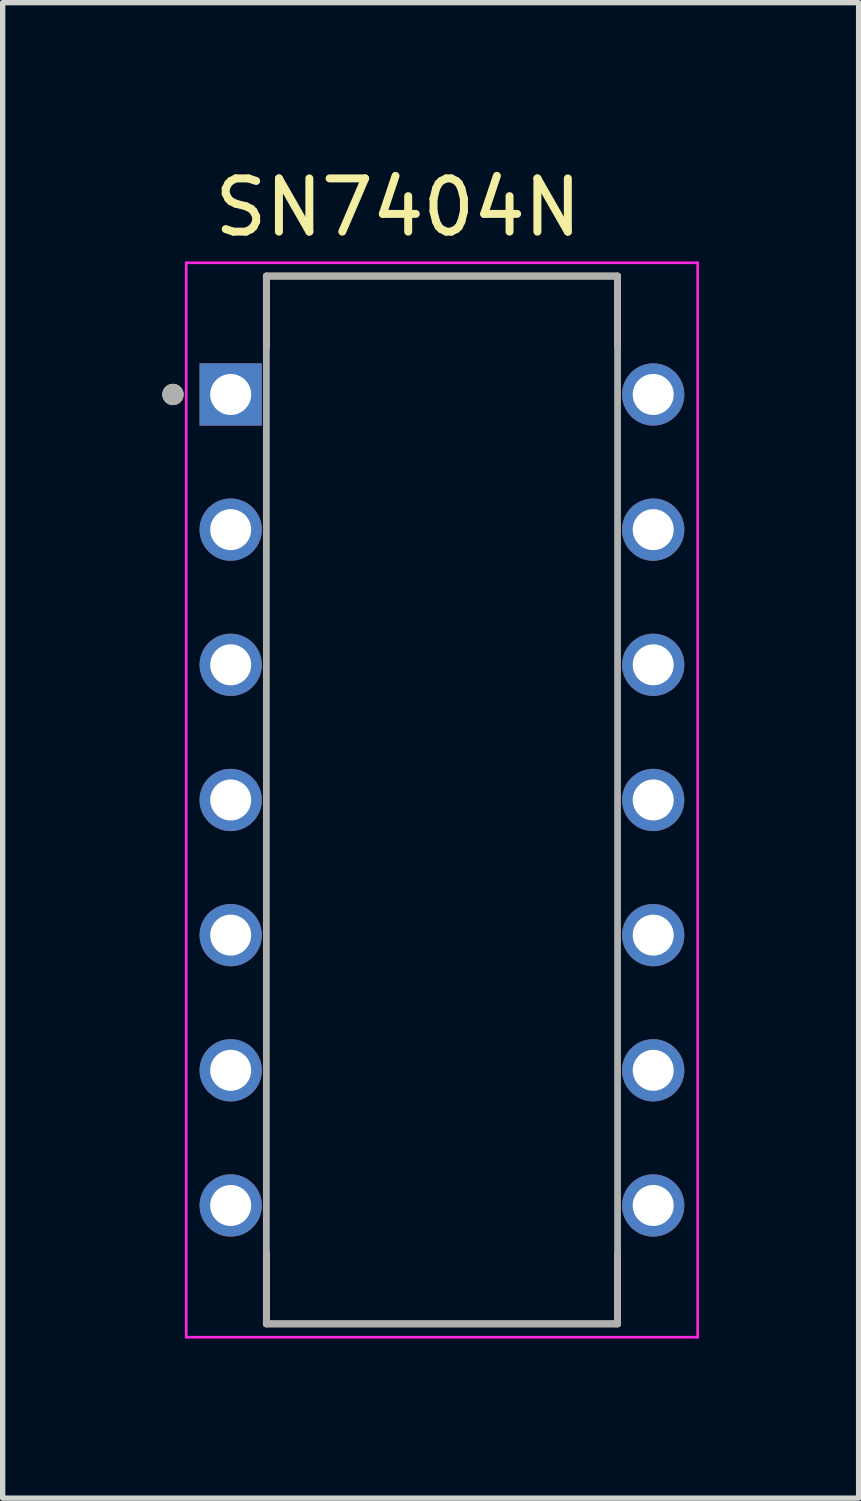
<source format=kicad_pcb>
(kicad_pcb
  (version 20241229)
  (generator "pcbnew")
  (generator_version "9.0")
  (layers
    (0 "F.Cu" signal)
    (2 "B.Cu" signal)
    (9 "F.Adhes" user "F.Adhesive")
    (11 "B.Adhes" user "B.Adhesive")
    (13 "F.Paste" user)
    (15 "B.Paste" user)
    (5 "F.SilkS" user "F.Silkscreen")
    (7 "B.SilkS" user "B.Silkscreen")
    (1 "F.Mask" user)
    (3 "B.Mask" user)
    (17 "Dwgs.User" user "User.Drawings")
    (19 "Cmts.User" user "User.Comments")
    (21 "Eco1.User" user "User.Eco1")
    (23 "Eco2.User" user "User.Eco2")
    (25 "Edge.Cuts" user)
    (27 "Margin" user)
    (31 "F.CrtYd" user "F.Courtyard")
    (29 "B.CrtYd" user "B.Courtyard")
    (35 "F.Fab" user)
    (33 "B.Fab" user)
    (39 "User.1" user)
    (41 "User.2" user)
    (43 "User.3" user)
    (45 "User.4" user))
  (footprint "SN7404N"
    (layer "F.Cu")
    (at 5.255 11.983)
    (property "Reference" "SN7404N" (at -0.825 -11.135 0) (layer "F.SilkS") (effects (font (size 1 1) (thickness 0.15))))
    (attr through_hole)
    (fp_line (start -3.3 -9.845) (end 3.3 -9.845) (stroke (width 0.127) (type solid)) (layer "F.SilkS"))
    (fp_line (start -3.3 -8.525) (end -3.3 -9.845) (stroke (width 0.127) (type solid)) (layer "F.SilkS"))
    (fp_line (start -3.3 9.845) (end -3.3 8.525) (stroke (width 0.127) (type solid)) (layer "F.SilkS"))
    (fp_line (start 3.3 -9.845) (end 3.3 -8.525) (stroke (width 0.127) (type solid)) (layer "F.SilkS"))
    (fp_line (start 3.3 8.525) (end 3.3 9.845) (stroke (width 0.127) (type solid)) (layer "F.SilkS"))
    (fp_line (start 3.3 9.845) (end -3.3 9.845) (stroke (width 0.127) (type solid)) (layer "F.SilkS"))
    (fp_circle (center -5.055 -7.62) (end -4.955 -7.62) (stroke (width 0.2) (type solid)) (fill no) (layer "F.SilkS"))
    (fp_line (start -4.805 -10.095) (end -4.805 10.095) (stroke (width 0.05) (type solid)) (layer "F.CrtYd"))
    (fp_line (start 4.805 -10.095) (end -4.805 -10.095) (stroke (width 0.05) (type solid)) (layer "F.CrtYd"))
    (fp_line (start 4.805 -10.095) (end 4.805 10.095) (stroke (width 0.05) (type solid)) (layer "F.CrtYd"))
    (fp_line (start 4.805 10.095) (end -4.805 10.095) (stroke (width 0.05) (type solid)) (layer "F.CrtYd"))
    (fp_line (start -3.3 -9.845) (end -3.3 9.845) (stroke (width 0.127) (type solid)) (layer "F.Fab"))
    (fp_line (start -3.3 -9.845) (end 3.3 -9.845) (stroke (width 0.127) (type solid)) (layer "F.Fab"))
    (fp_line (start -3.3 9.845) (end 3.3 9.845) (stroke (width 0.127) (type solid)) (layer "F.Fab"))
    (fp_line (start 3.3 -9.845) (end 3.3 9.845) (stroke (width 0.127) (type solid)) (layer "F.Fab"))
    (fp_circle (center -5.055 -7.62) (end -4.955 -7.62) (stroke (width 0.2) (type solid)) (fill no) (layer "F.Fab"))
    (pad "1" thru_hole rect (at -3.97 -7.62) (size 1.17 1.17) (drill 0.77) (layers "*.Cu" "*.Mask"))
    (pad "2" thru_hole circle (at -3.97 -5.08) (size 1.17 1.17) (drill 0.77) (layers "*.Cu" "*.Mask"))
    (pad "3" thru_hole circle (at -3.97 -2.54) (size 1.17 1.17) (drill 0.77) (layers "*.Cu" "*.Mask"))
    (pad "4" thru_hole circle (at -3.97 0) (size 1.17 1.17) (drill 0.77) (layers "*.Cu" "*.Mask"))
    (pad "5" thru_hole circle (at -3.97 2.54) (size 1.17 1.17) (drill 0.77) (layers "*.Cu" "*.Mask"))
    (pad "6" thru_hole circle (at -3.97 5.08) (size 1.17 1.17) (drill 0.77) (layers "*.Cu" "*.Mask"))
    (pad "7" thru_hole circle (at -3.97 7.62) (size 1.17 1.17) (drill 0.77) (layers "*.Cu" "*.Mask"))
    (pad "8" thru_hole circle (at 3.97 7.62) (size 1.17 1.17) (drill 0.77) (layers "*.Cu" "*.Mask"))
    (pad "9" thru_hole circle (at 3.97 5.08) (size 1.17 1.17) (drill 0.77) (layers "*.Cu" "*.Mask"))
    (pad "10" thru_hole circle (at 3.97 2.54) (size 1.17 1.17) (drill 0.77) (layers "*.Cu" "*.Mask"))
    (pad "11" thru_hole circle (at 3.97 0) (size 1.17 1.17) (drill 0.77) (layers "*.Cu" "*.Mask"))
    (pad "12" thru_hole circle (at 3.97 -2.54) (size 1.17 1.17) (drill 0.77) (layers "*.Cu" "*.Mask"))
    (pad "13" thru_hole circle (at 3.97 -5.08) (size 1.17 1.17) (drill 0.77) (layers "*.Cu" "*.Mask"))
    (pad "14" thru_hole circle (at 3.97 -7.62) (size 1.17 1.17) (drill 0.77) (layers "*.Cu" "*.Mask")))
  (gr_rect
    (start -3 -3)
    (end 13.085 25.103)
    (stroke (width 0.1) (type default))
    (fill no)
    (layer "Edge.Cuts")))
</source>
